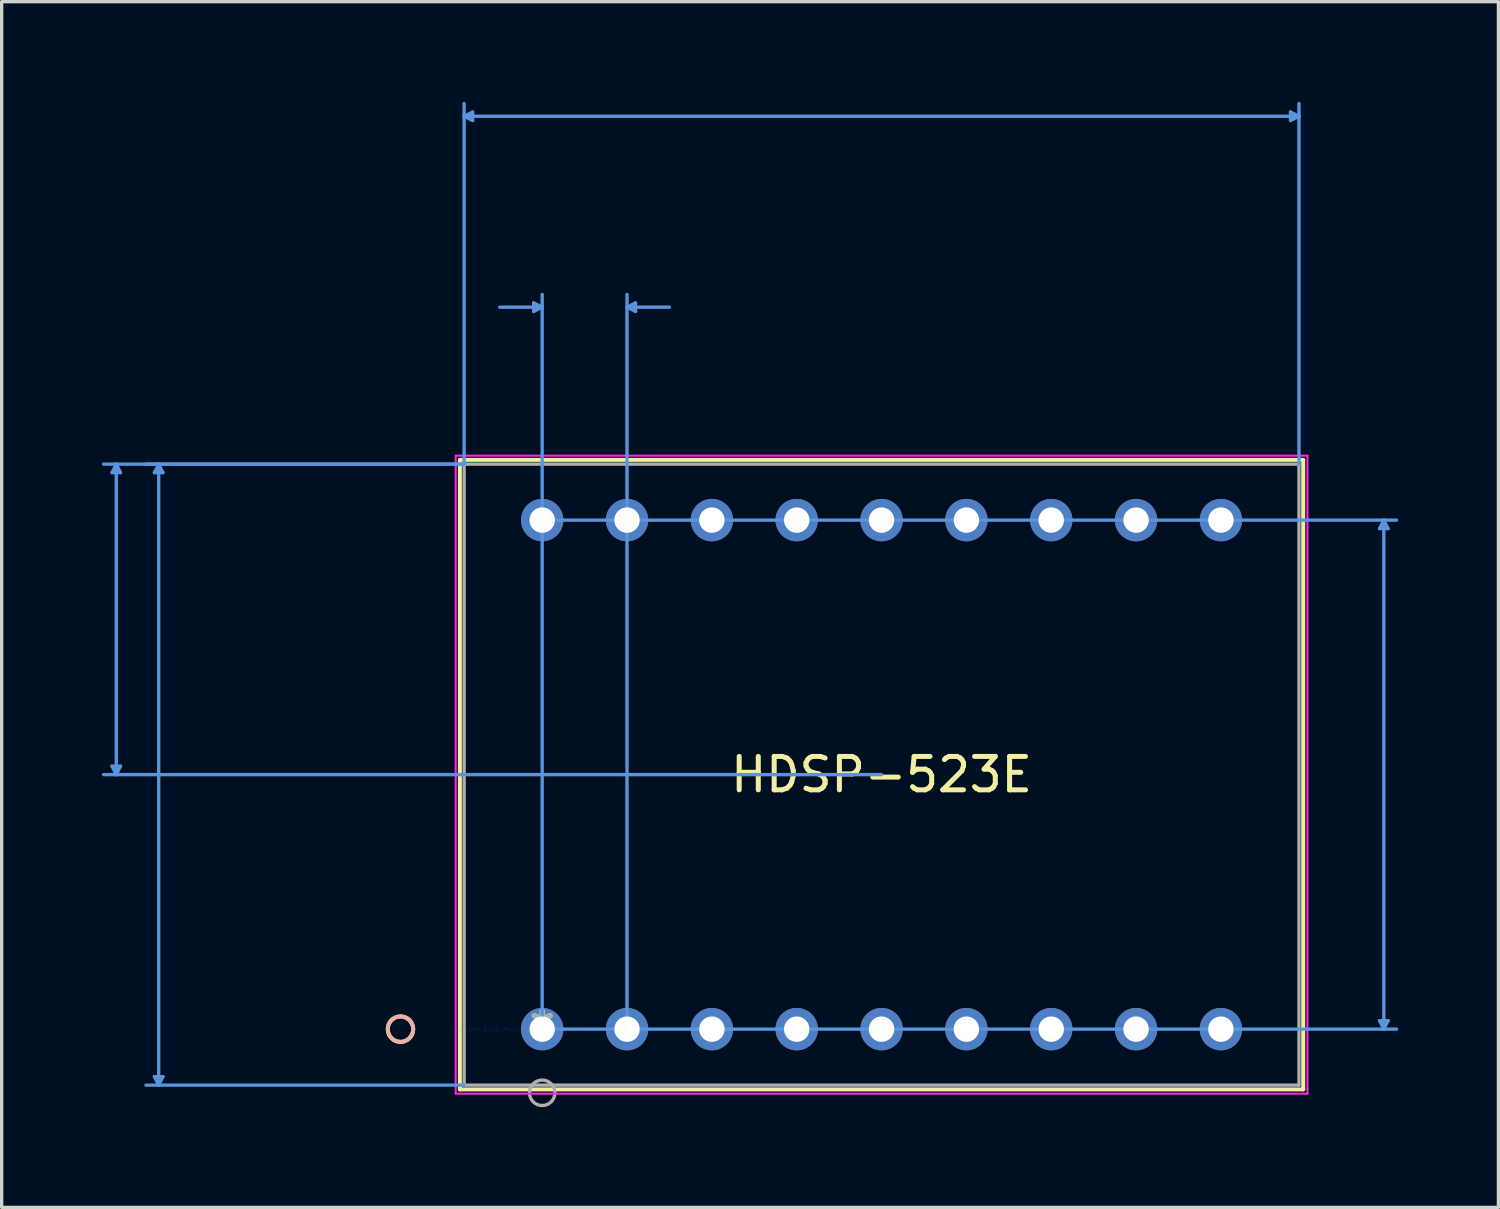
<source format=kicad_pcb>
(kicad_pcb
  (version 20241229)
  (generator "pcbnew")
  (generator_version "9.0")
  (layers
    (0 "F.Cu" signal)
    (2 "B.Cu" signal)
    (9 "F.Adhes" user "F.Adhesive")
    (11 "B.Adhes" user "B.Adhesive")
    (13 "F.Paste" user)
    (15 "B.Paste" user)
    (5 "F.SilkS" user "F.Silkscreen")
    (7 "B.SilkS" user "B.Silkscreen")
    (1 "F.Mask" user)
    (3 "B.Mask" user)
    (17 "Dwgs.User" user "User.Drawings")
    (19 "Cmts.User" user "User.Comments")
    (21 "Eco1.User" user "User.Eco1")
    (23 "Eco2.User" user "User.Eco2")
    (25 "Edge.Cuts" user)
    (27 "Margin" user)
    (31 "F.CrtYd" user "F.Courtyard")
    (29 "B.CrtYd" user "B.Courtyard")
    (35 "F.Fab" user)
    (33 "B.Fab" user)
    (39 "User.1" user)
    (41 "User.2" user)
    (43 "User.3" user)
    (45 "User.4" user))
  (footprint "HDSP-523E"
    (layer "F.Cu")
    (at 13.182 27.761)
    (property "Reference" "HDSP-523E" (at 10.16 -7.62 0) (layer "F.SilkS") (effects (font (size 1 1) (thickness 0.15))))
    (attr through_hole)
    (fp_line (start -2.464 -17.043) (end -2.464 1.803) (stroke (width 0.12) (type solid)) (layer "F.SilkS"))
    (fp_line (start -2.464 1.803) (end 22.784 1.803) (stroke (width 0.12) (type solid)) (layer "F.SilkS"))
    (fp_line (start 22.784 -17.043) (end -2.464 -17.043) (stroke (width 0.12) (type solid)) (layer "F.SilkS"))
    (fp_line (start 22.784 1.803) (end 22.784 -17.043) (stroke (width 0.12) (type solid)) (layer "F.SilkS"))
    (fp_circle (center -4.242 0) (end -3.861 0) (stroke (width 0.12) (type solid)) (fill no) (layer "F.SilkS"))
    (fp_circle (center -4.242 0) (end -3.861 0) (stroke (width 0.12) (type solid)) (fill no) (layer "B.SilkS"))
    (fp_line (start -12.878 -16.662) (end -12.624 -16.662) (stroke (width 0.1) (type solid)) (layer "Cmts.User"))
    (fp_line (start -12.878 -7.874) (end -12.624 -7.874) (stroke (width 0.1) (type solid)) (layer "Cmts.User"))
    (fp_line (start -12.751 -16.916) (end -12.878 -16.662) (stroke (width 0.1) (type solid)) (layer "Cmts.User"))
    (fp_line (start -12.751 -16.916) (end -12.751 -7.62) (stroke (width 0.1) (type solid)) (layer "Cmts.User"))
    (fp_line (start -12.751 -16.916) (end -12.624 -16.662) (stroke (width 0.1) (type solid)) (layer "Cmts.User"))
    (fp_line (start -12.751 -7.62) (end -12.878 -7.874) (stroke (width 0.1) (type solid)) (layer "Cmts.User"))
    (fp_line (start -12.751 -7.62) (end -12.624 -7.874) (stroke (width 0.1) (type solid)) (layer "Cmts.User"))
    (fp_line (start -11.608 -16.662) (end -11.354 -16.662) (stroke (width 0.1) (type solid)) (layer "Cmts.User"))
    (fp_line (start -11.608 1.422) (end -11.354 1.422) (stroke (width 0.1) (type solid)) (layer "Cmts.User"))
    (fp_line (start -11.481 -16.916) (end -11.608 -16.662) (stroke (width 0.1) (type solid)) (layer "Cmts.User"))
    (fp_line (start -11.481 -16.916) (end -11.481 1.676) (stroke (width 0.1) (type solid)) (layer "Cmts.User"))
    (fp_line (start -11.481 -16.916) (end -11.354 -16.662) (stroke (width 0.1) (type solid)) (layer "Cmts.User"))
    (fp_line (start -11.481 1.676) (end -11.608 1.422) (stroke (width 0.1) (type solid)) (layer "Cmts.User"))
    (fp_line (start -11.481 1.676) (end -11.354 1.422) (stroke (width 0.1) (type solid)) (layer "Cmts.User"))
    (fp_line (start -2.337 -27.33) (end -2.083 -27.457) (stroke (width 0.1) (type solid)) (layer "Cmts.User"))
    (fp_line (start -2.337 -27.33) (end -2.083 -27.203) (stroke (width 0.1) (type solid)) (layer "Cmts.User"))
    (fp_line (start -2.337 -27.33) (end 22.657 -27.33) (stroke (width 0.1) (type solid)) (layer "Cmts.User"))
    (fp_line (start -2.337 -16.916) (end -13.132 -16.916) (stroke (width 0.1) (type solid)) (layer "Cmts.User"))
    (fp_line (start -2.337 -16.916) (end -11.862 -16.916) (stroke (width 0.1) (type solid)) (layer "Cmts.User"))
    (fp_line (start -2.337 -16.916) (end -2.337 -27.711) (stroke (width 0.1) (type solid)) (layer "Cmts.User"))
    (fp_line (start -2.337 1.676) (end -11.862 1.676) (stroke (width 0.1) (type solid)) (layer "Cmts.User"))
    (fp_line (start -2.083 -27.457) (end -2.083 -27.203) (stroke (width 0.1) (type solid)) (layer "Cmts.User"))
    (fp_line (start -0.254 -21.742) (end -0.254 -21.488) (stroke (width 0.1) (type solid)) (layer "Cmts.User"))
    (fp_line (start 0 -21.615) (end -1.27 -21.615) (stroke (width 0.1) (type solid)) (layer "Cmts.User"))
    (fp_line (start 0 -21.615) (end -0.254 -21.742) (stroke (width 0.1) (type solid)) (layer "Cmts.User"))
    (fp_line (start 0 -21.615) (end -0.254 -21.488) (stroke (width 0.1) (type solid)) (layer "Cmts.User"))
    (fp_line (start 0 -15.24) (end 25.578 -15.24) (stroke (width 0.1) (type solid)) (layer "Cmts.User"))
    (fp_line (start 0 0) (end 0 -21.996) (stroke (width 0.1) (type solid)) (layer "Cmts.User"))
    (fp_line (start 0 0) (end 25.578 0) (stroke (width 0.1) (type solid)) (layer "Cmts.User"))
    (fp_line (start 2.54 -21.615) (end 2.794 -21.742) (stroke (width 0.1) (type solid)) (layer "Cmts.User"))
    (fp_line (start 2.54 -21.615) (end 2.794 -21.488) (stroke (width 0.1) (type solid)) (layer "Cmts.User"))
    (fp_line (start 2.54 -21.615) (end 3.81 -21.615) (stroke (width 0.1) (type solid)) (layer "Cmts.User"))
    (fp_line (start 2.54 0) (end 2.54 -21.996) (stroke (width 0.1) (type solid)) (layer "Cmts.User"))
    (fp_line (start 2.794 -21.742) (end 2.794 -21.488) (stroke (width 0.1) (type solid)) (layer "Cmts.User"))
    (fp_line (start 10.16 -7.62) (end -13.132 -7.62) (stroke (width 0.1) (type solid)) (layer "Cmts.User"))
    (fp_line (start 22.403 -27.457) (end 22.403 -27.203) (stroke (width 0.1) (type solid)) (layer "Cmts.User"))
    (fp_line (start 22.657 -27.33) (end 22.403 -27.457) (stroke (width 0.1) (type solid)) (layer "Cmts.User"))
    (fp_line (start 22.657 -27.33) (end 22.403 -27.203) (stroke (width 0.1) (type solid)) (layer "Cmts.User"))
    (fp_line (start 22.657 -16.916) (end 22.657 -27.711) (stroke (width 0.1) (type solid)) (layer "Cmts.User"))
    (fp_line (start 25.07 -14.986) (end 25.324 -14.986) (stroke (width 0.1) (type solid)) (layer "Cmts.User"))
    (fp_line (start 25.07 -0.254) (end 25.324 -0.254) (stroke (width 0.1) (type solid)) (layer "Cmts.User"))
    (fp_line (start 25.197 -15.24) (end 25.07 -14.986) (stroke (width 0.1) (type solid)) (layer "Cmts.User"))
    (fp_line (start 25.197 -15.24) (end 25.197 0) (stroke (width 0.1) (type solid)) (layer "Cmts.User"))
    (fp_line (start 25.197 -15.24) (end 25.324 -14.986) (stroke (width 0.1) (type solid)) (layer "Cmts.User"))
    (fp_line (start 25.197 0) (end 25.07 -0.254) (stroke (width 0.1) (type solid)) (layer "Cmts.User"))
    (fp_line (start 25.197 0) (end 25.324 -0.254) (stroke (width 0.1) (type solid)) (layer "Cmts.User"))
    (fp_line (start -2.591 -17.17) (end -2.591 1.93) (stroke (width 0.05) (type solid)) (layer "F.CrtYd"))
    (fp_line (start -2.591 -17.17) (end -2.591 1.93) (stroke (width 0.05) (type solid)) (layer "F.CrtYd"))
    (fp_line (start -2.591 1.93) (end 22.911 1.93) (stroke (width 0.05) (type solid)) (layer "F.CrtYd"))
    (fp_line (start -2.591 1.93) (end 22.911 1.93) (stroke (width 0.05) (type solid)) (layer "F.CrtYd"))
    (fp_line (start 22.911 -17.17) (end -2.591 -17.17) (stroke (width 0.05) (type solid)) (layer "F.CrtYd"))
    (fp_line (start 22.911 -17.17) (end -2.591 -17.17) (stroke (width 0.05) (type solid)) (layer "F.CrtYd"))
    (fp_line (start 22.911 1.93) (end 22.911 -17.17) (stroke (width 0.05) (type solid)) (layer "F.CrtYd"))
    (fp_line (start 22.911 1.93) (end 22.911 -17.17) (stroke (width 0.05) (type solid)) (layer "F.CrtYd"))
    (fp_line (start -2.337 -16.916) (end -2.337 1.676) (stroke (width 0.1) (type solid)) (layer "F.Fab"))
    (fp_line (start -2.337 1.676) (end 22.657 1.676) (stroke (width 0.1) (type solid)) (layer "F.Fab"))
    (fp_line (start 22.657 -16.916) (end -2.337 -16.916) (stroke (width 0.1) (type solid)) (layer "F.Fab"))
    (fp_line (start 22.657 1.676) (end 22.657 -16.916) (stroke (width 0.1) (type solid)) (layer "F.Fab"))
    (fp_circle (center 0 1.905) (end 0.381 1.905) (stroke (width 0.1) (type solid)) (fill no) (layer "F.Fab"))
    (fp_text user "*" (at 0 0 0) (layer "F.SilkS") (effects (font (size 1 1) (thickness 0.15))))
    (fp_text user "Copyright 2021 Accelerated Designs. All rights reserved." (at 0 0 0) (layer "Cmts.User") (effects (font (size 0.127 0.127) (thickness 0.002))))
    (fp_text user "*" (at 0 0 0) (layer "F.Fab") (effects (font (size 1 1) (thickness 0.15))))
    (pad "1" thru_hole circle (at 0 0) (size 1.27 1.27) (drill 0.762) (layers "*.Cu" "*.Mask"))
    (pad "2" thru_hole circle (at 2.54 0) (size 1.27 1.27) (drill 0.762) (layers "*.Cu" "*.Mask"))
    (pad "3" thru_hole circle (at 5.08 0) (size 1.27 1.27) (drill 0.762) (layers "*.Cu" "*.Mask"))
    (pad "4" thru_hole circle (at 7.62 0) (size 1.27 1.27) (drill 0.762) (layers "*.Cu" "*.Mask"))
    (pad "5" thru_hole circle (at 10.16 0) (size 1.27 1.27) (drill 0.762) (layers "*.Cu" "*.Mask"))
    (pad "6" thru_hole circle (at 12.7 0) (size 1.27 1.27) (drill 0.762) (layers "*.Cu" "*.Mask"))
    (pad "7" thru_hole circle (at 15.24 0) (size 1.27 1.27) (drill 0.762) (layers "*.Cu" "*.Mask"))
    (pad "8" thru_hole circle (at 17.78 0) (size 1.27 1.27) (drill 0.762) (layers "*.Cu" "*.Mask"))
    (pad "9" thru_hole circle (at 20.32 0) (size 1.27 1.27) (drill 0.762) (layers "*.Cu" "*.Mask"))
    (pad "10" thru_hole circle (at 0 -15.24) (size 1.27 1.27) (drill 0.762) (layers "*.Cu" "*.Mask"))
    (pad "11" thru_hole circle (at 2.54 -15.24) (size 1.27 1.27) (drill 0.762) (layers "*.Cu" "*.Mask"))
    (pad "12" thru_hole circle (at 5.08 -15.24) (size 1.27 1.27) (drill 0.762) (layers "*.Cu" "*.Mask"))
    (pad "13" thru_hole circle (at 7.62 -15.24) (size 1.27 1.27) (drill 0.762) (layers "*.Cu" "*.Mask"))
    (pad "14" thru_hole circle (at 10.16 -15.24) (size 1.27 1.27) (drill 0.762) (layers "*.Cu" "*.Mask"))
    (pad "15" thru_hole circle (at 12.7 -15.24) (size 1.27 1.27) (drill 0.762) (layers "*.Cu" "*.Mask"))
    (pad "16" thru_hole circle (at 15.24 -15.24) (size 1.27 1.27) (drill 0.762) (layers "*.Cu" "*.Mask"))
    (pad "17" thru_hole circle (at 17.78 -15.24) (size 1.27 1.27) (drill 0.762) (layers "*.Cu" "*.Mask"))
    (pad "18" thru_hole circle (at 20.32 -15.24) (size 1.27 1.27) (drill 0.762) (layers "*.Cu" "*.Mask")))
  (gr_rect
    (start -3 -3)
    (end 41.81 33.097)
    (stroke (width 0.1) (type default))
    (fill no)
    (layer "Edge.Cuts")))
</source>
